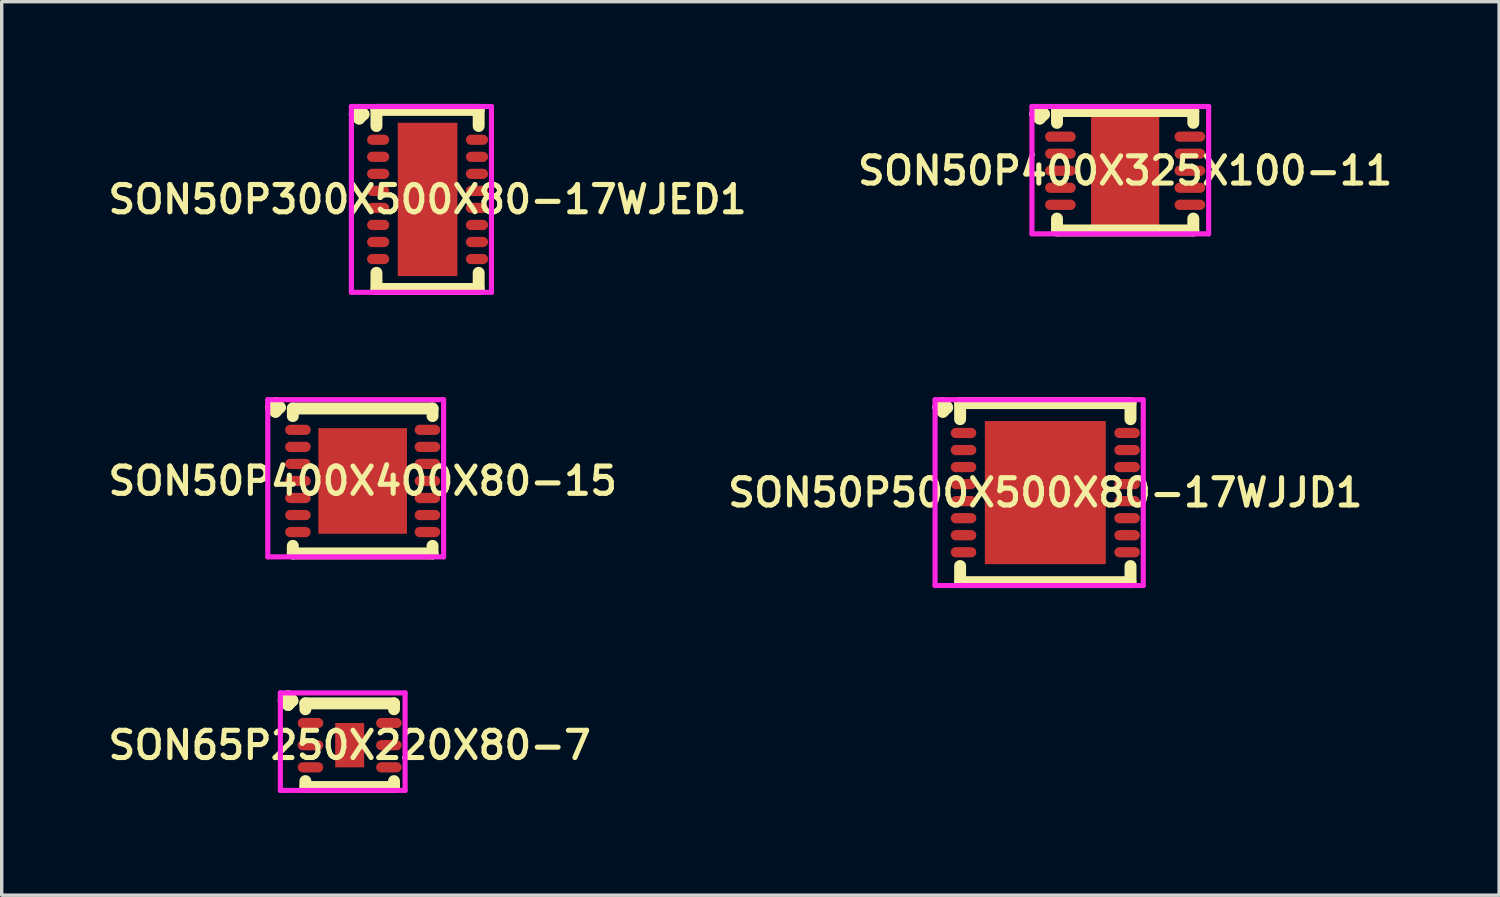
<source format=kicad_pcb>
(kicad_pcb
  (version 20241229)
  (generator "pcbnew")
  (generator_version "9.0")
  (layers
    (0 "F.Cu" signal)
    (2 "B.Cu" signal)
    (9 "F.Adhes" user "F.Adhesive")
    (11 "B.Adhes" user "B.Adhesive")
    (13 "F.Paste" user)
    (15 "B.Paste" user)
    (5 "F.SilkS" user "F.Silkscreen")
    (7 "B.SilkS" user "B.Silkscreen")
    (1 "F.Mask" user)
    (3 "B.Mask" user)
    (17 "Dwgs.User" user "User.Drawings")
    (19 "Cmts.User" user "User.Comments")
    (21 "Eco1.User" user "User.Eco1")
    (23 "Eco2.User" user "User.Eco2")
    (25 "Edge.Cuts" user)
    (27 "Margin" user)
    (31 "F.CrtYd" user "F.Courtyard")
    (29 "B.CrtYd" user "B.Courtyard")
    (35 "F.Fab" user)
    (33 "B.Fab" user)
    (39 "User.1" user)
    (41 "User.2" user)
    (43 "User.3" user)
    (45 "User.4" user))
  (footprint "SON50P400X400X80-15"
    (layer "F.Cu")
    (at 7.593 11.064)
    (property "Reference" "SON50P400X400X80-15" (at 0 0 0) (layer "F.SilkS") (effects (font (size 0.8 0.8) (thickness 0.15))))
    (attr through_hole)
    (fp_line (start -2.685 -2.158) (end -2.558 -2.285) (stroke (width 0.35) (type solid)) (layer "F.SilkS"))
    (fp_line (start -2.558 -2.285) (end -2.431 -2.158) (stroke (width 0.35) (type solid)) (layer "F.SilkS"))
    (fp_line (start -2.558 -2.031) (end -2.685 -2.158) (stroke (width 0.35) (type solid)) (layer "F.SilkS"))
    (fp_line (start -2.431 -2.158) (end -2.558 -2.031) (stroke (width 0.35) (type solid)) (layer "F.SilkS"))
    (fp_line (start -2.05 -2.127) (end 2.05 -2.127) (stroke (width 0.35) (type solid)) (layer "F.SilkS"))
    (fp_line (start -2.05 -1.904) (end -2.05 -2.127) (stroke (width 0.35) (type solid)) (layer "F.SilkS"))
    (fp_line (start -2.05 1.904) (end -2.05 2.127) (stroke (width 0.35) (type solid)) (layer "F.SilkS"))
    (fp_line (start -2.05 2.127) (end 2.05 2.127) (stroke (width 0.35) (type solid)) (layer "F.SilkS"))
    (fp_line (start 2.05 -2.127) (end 2.05 -1.904) (stroke (width 0.35) (type solid)) (layer "F.SilkS"))
    (fp_line (start 2.05 2.127) (end 2.05 1.904) (stroke (width 0.35) (type solid)) (layer "F.SilkS"))
    (fp_line (start -2.785 -2.385) (end 2.375 -2.385) (stroke (width 0.15) (type solid)) (layer "F.CrtYd"))
    (fp_line (start -2.785 2.227) (end -2.785 -2.385) (stroke (width 0.15) (type solid)) (layer "F.CrtYd"))
    (fp_line (start 2.375 -2.385) (end 2.375 2.227) (stroke (width 0.15) (type solid)) (layer "F.CrtYd"))
    (fp_line (start 2.375 2.227) (end -2.785 2.227) (stroke (width 0.15) (type solid)) (layer "F.CrtYd"))
    (pad "1" smd oval (at -1.9 -1.5) (size 0.75 0.3) (layers "F.Cu" "F.Mask" "F.Paste"))
    (pad "2" smd oval (at -1.9 -1) (size 0.75 0.3) (layers "F.Cu" "F.Mask" "F.Paste"))
    (pad "3" smd oval (at -1.9 -0.5) (size 0.75 0.3) (layers "F.Cu" "F.Mask" "F.Paste"))
    (pad "4" smd oval (at -1.9 0) (size 0.75 0.3) (layers "F.Cu" "F.Mask" "F.Paste"))
    (pad "5" smd oval (at -1.9 0.5) (size 0.75 0.3) (layers "F.Cu" "F.Mask" "F.Paste"))
    (pad "6" smd oval (at -1.9 1) (size 0.75 0.3) (layers "F.Cu" "F.Mask" "F.Paste"))
    (pad "7" smd oval (at -1.9 1.5) (size 0.75 0.3) (layers "F.Cu" "F.Mask" "F.Paste"))
    (pad "8" smd oval (at 1.9 1.5) (size 0.75 0.3) (layers "F.Cu" "F.Mask" "F.Paste"))
    (pad "9" smd oval (at 1.9 1) (size 0.75 0.3) (layers "F.Cu" "F.Mask" "F.Paste"))
    (pad "10" smd oval (at 1.9 0.5) (size 0.75 0.3) (layers "F.Cu" "F.Mask" "F.Paste"))
    (pad "11" smd oval (at 1.9 0) (size 0.75 0.3) (layers "F.Cu" "F.Mask" "F.Paste"))
    (pad "12" smd oval (at 1.9 -0.5) (size 0.75 0.3) (layers "F.Cu" "F.Mask" "F.Paste"))
    (pad "13" smd oval (at 1.9 -1) (size 0.75 0.3) (layers "F.Cu" "F.Mask" "F.Paste"))
    (pad "14" smd oval (at 1.9 -1.5) (size 0.75 0.3) (layers "F.Cu" "F.Mask" "F.Paste"))
    (pad "15" smd rect (at 0 0) (size 2.6 3.1) (layers "F.Cu" "F.Mask" "F.Paste")))
  (footprint "SON50P400X325X100-11"
    (layer "F.Cu")
    (at 29.968 1.96)
    (property "Reference" "SON50P400X325X100-11" (at 0 0 0) (layer "F.SilkS") (effects (font (size 0.8 0.8) (thickness 0.15))))
    (attr through_hole)
    (fp_line (start -2.635 -1.658) (end -2.508 -1.785) (stroke (width 0.35) (type solid)) (layer "F.SilkS"))
    (fp_line (start -2.508 -1.785) (end -2.381 -1.658) (stroke (width 0.35) (type solid)) (layer "F.SilkS"))
    (fp_line (start -2.508 -1.531) (end -2.635 -1.658) (stroke (width 0.35) (type solid)) (layer "F.SilkS"))
    (fp_line (start -2.381 -1.658) (end -2.508 -1.531) (stroke (width 0.35) (type solid)) (layer "F.SilkS"))
    (fp_line (start -2 -1.752) (end 2 -1.752) (stroke (width 0.35) (type solid)) (layer "F.SilkS"))
    (fp_line (start -2 -1.404) (end -2 -1.752) (stroke (width 0.35) (type solid)) (layer "F.SilkS"))
    (fp_line (start -2 1.404) (end -2 1.752) (stroke (width 0.35) (type solid)) (layer "F.SilkS"))
    (fp_line (start -2 1.752) (end 2 1.752) (stroke (width 0.35) (type solid)) (layer "F.SilkS"))
    (fp_line (start 2 -1.752) (end 2 -1.404) (stroke (width 0.35) (type solid)) (layer "F.SilkS"))
    (fp_line (start 2 1.752) (end 2 1.404) (stroke (width 0.35) (type solid)) (layer "F.SilkS"))
    (fp_line (start -2.735 -1.885) (end 2.45 -1.885) (stroke (width 0.15) (type solid)) (layer "F.CrtYd"))
    (fp_line (start -2.735 1.852) (end -2.735 -1.885) (stroke (width 0.15) (type solid)) (layer "F.CrtYd"))
    (fp_line (start 2.45 -1.885) (end 2.45 1.852) (stroke (width 0.15) (type solid)) (layer "F.CrtYd"))
    (fp_line (start 2.45 1.852) (end -2.735 1.852) (stroke (width 0.15) (type solid)) (layer "F.CrtYd"))
    (pad "1" smd oval (at -1.9 -1) (size 0.9 0.3) (layers "F.Cu" "F.Mask" "F.Paste"))
    (pad "2" smd oval (at -1.9 -0.5) (size 0.9 0.3) (layers "F.Cu" "F.Mask" "F.Paste"))
    (pad "3" smd oval (at -1.9 0) (size 0.9 0.3) (layers "F.Cu" "F.Mask" "F.Paste"))
    (pad "4" smd oval (at -1.9 0.5) (size 0.9 0.3) (layers "F.Cu" "F.Mask" "F.Paste"))
    (pad "5" smd oval (at -1.9 1) (size 0.9 0.3) (layers "F.Cu" "F.Mask" "F.Paste"))
    (pad "6" smd oval (at 1.9 1) (size 0.9 0.3) (layers "F.Cu" "F.Mask" "F.Paste"))
    (pad "7" smd oval (at 1.9 0.5) (size 0.9 0.3) (layers "F.Cu" "F.Mask" "F.Paste"))
    (pad "8" smd oval (at 1.9 0) (size 0.9 0.3) (layers "F.Cu" "F.Mask" "F.Paste"))
    (pad "9" smd oval (at 1.9 -0.5) (size 0.9 0.3) (layers "F.Cu" "F.Mask" "F.Paste"))
    (pad "10" smd oval (at 1.9 -1) (size 0.9 0.3) (layers "F.Cu" "F.Mask" "F.Paste"))
    (pad "11" smd rect (at 0 0) (size 2 3.25) (layers "F.Cu" "F.Mask" "F.Paste")))
  (footprint "SON50P500X500X80-17WJJD1"
    (layer "F.Cu")
    (at 27.625 11.406)
    (property "Reference" "SON50P500X500X80-17WJJD1" (at 0 0 0) (layer "F.SilkS") (effects (font (size 0.8 0.8) (thickness 0.15))))
    (attr smd)
    (fp_line (start -3.135 -2.5) (end -3.008 -2.627) (stroke (width 0.35) (type solid)) (layer "F.SilkS"))
    (fp_line (start -3.008 -2.627) (end -2.881 -2.5) (stroke (width 0.35) (type solid)) (layer "F.SilkS"))
    (fp_line (start -3.008 -2.373) (end -3.135 -2.5) (stroke (width 0.35) (type solid)) (layer "F.SilkS"))
    (fp_line (start -2.881 -2.5) (end -3.008 -2.373) (stroke (width 0.35) (type solid)) (layer "F.SilkS"))
    (fp_line (start -2.5 -2.627) (end 2.5 -2.627) (stroke (width 0.35) (type solid)) (layer "F.SilkS"))
    (fp_line (start -2.5 -2.154) (end -2.5 -2.627) (stroke (width 0.35) (type solid)) (layer "F.SilkS"))
    (fp_line (start -2.5 2.154) (end -2.5 2.627) (stroke (width 0.35) (type solid)) (layer "F.SilkS"))
    (fp_line (start -2.5 2.627) (end 2.5 2.627) (stroke (width 0.35) (type solid)) (layer "F.SilkS"))
    (fp_line (start 2.5 -2.627) (end 2.5 -2.154) (stroke (width 0.35) (type solid)) (layer "F.SilkS"))
    (fp_line (start 2.5 2.627) (end 2.5 2.154) (stroke (width 0.35) (type solid)) (layer "F.SilkS"))
    (fp_line (start -3.235 -2.727) (end 2.875 -2.727) (stroke (width 0.15) (type solid)) (layer "F.CrtYd"))
    (fp_line (start -3.235 2.727) (end -3.235 -2.727) (stroke (width 0.15) (type solid)) (layer "F.CrtYd"))
    (fp_line (start 2.875 -2.727) (end 2.875 2.727) (stroke (width 0.15) (type solid)) (layer "F.CrtYd"))
    (fp_line (start 2.875 2.727) (end -3.235 2.727) (stroke (width 0.15) (type solid)) (layer "F.CrtYd"))
    (pad "1" smd oval (at -2.4 -1.75) (size 0.75 0.3) (layers "F.Cu" "F.Mask" "F.Paste"))
    (pad "2" smd oval (at -2.4 -1.25) (size 0.75 0.3) (layers "F.Cu" "F.Mask" "F.Paste"))
    (pad "3" smd oval (at -2.4 -0.75) (size 0.75 0.3) (layers "F.Cu" "F.Mask" "F.Paste"))
    (pad "4" smd oval (at -2.4 -0.25) (size 0.75 0.3) (layers "F.Cu" "F.Mask" "F.Paste"))
    (pad "5" smd oval (at -2.4 0.25) (size 0.75 0.3) (layers "F.Cu" "F.Mask" "F.Paste"))
    (pad "6" smd oval (at -2.4 0.75) (size 0.75 0.3) (layers "F.Cu" "F.Mask" "F.Paste"))
    (pad "7" smd oval (at -2.4 1.25) (size 0.75 0.3) (layers "F.Cu" "F.Mask" "F.Paste"))
    (pad "8" smd oval (at -2.4 1.75) (size 0.75 0.3) (layers "F.Cu" "F.Mask" "F.Paste"))
    (pad "9" smd oval (at 2.4 1.75) (size 0.75 0.3) (layers "F.Cu" "F.Mask" "F.Paste"))
    (pad "10" smd oval (at 2.4 1.25) (size 0.75 0.3) (layers "F.Cu" "F.Mask" "F.Paste"))
    (pad "11" smd oval (at 2.4 0.75) (size 0.75 0.3) (layers "F.Cu" "F.Mask" "F.Paste"))
    (pad "12" smd oval (at 2.4 0.25) (size 0.75 0.3) (layers "F.Cu" "F.Mask" "F.Paste"))
    (pad "13" smd oval (at 2.4 -0.25) (size 0.75 0.3) (layers "F.Cu" "F.Mask" "F.Paste"))
    (pad "14" smd oval (at 2.4 -0.75) (size 0.75 0.3) (layers "F.Cu" "F.Mask" "F.Paste"))
    (pad "15" smd oval (at 2.4 -1.25) (size 0.75 0.3) (layers "F.Cu" "F.Mask" "F.Paste"))
    (pad "16" smd oval (at 2.4 -1.75) (size 0.75 0.3) (layers "F.Cu" "F.Mask" "F.Paste"))
    (pad "17" smd rect (at 0 0) (size 3.55 4.2) (layers "F.Cu" "F.Mask" "F.Paste")))
  (footprint "SON65P250X220X80-7"
    (layer "F.Cu")
    (at 7.212 18.818)
    (property "Reference" "SON65P250X220X80-7" (at 0 0 0) (layer "F.SilkS") (effects (font (size 0.8 0.8) (thickness 0.15))))
    (attr through_hole)
    (fp_line (start -1.935 -1.308) (end -1.808 -1.435) (stroke (width 0.35) (type solid)) (layer "F.SilkS"))
    (fp_line (start -1.808 -1.435) (end -1.681 -1.308) (stroke (width 0.35) (type solid)) (layer "F.SilkS"))
    (fp_line (start -1.808 -1.181) (end -1.935 -1.308) (stroke (width 0.35) (type solid)) (layer "F.SilkS"))
    (fp_line (start -1.681 -1.308) (end -1.808 -1.181) (stroke (width 0.35) (type solid)) (layer "F.SilkS"))
    (fp_line (start -1.3 -1.227) (end 1.3 -1.227) (stroke (width 0.35) (type solid)) (layer "F.SilkS"))
    (fp_line (start -1.3 -1.054) (end -1.3 -1.227) (stroke (width 0.35) (type solid)) (layer "F.SilkS"))
    (fp_line (start -1.3 1.054) (end -1.3 1.227) (stroke (width 0.35) (type solid)) (layer "F.SilkS"))
    (fp_line (start -1.3 1.227) (end 1.3 1.227) (stroke (width 0.35) (type solid)) (layer "F.SilkS"))
    (fp_line (start 1.3 -1.227) (end 1.3 -1.054) (stroke (width 0.35) (type solid)) (layer "F.SilkS"))
    (fp_line (start 1.3 1.227) (end 1.3 1.054) (stroke (width 0.35) (type solid)) (layer "F.SilkS"))
    (fp_line (start -2.035 -1.535) (end 1.625 -1.535) (stroke (width 0.15) (type solid)) (layer "F.CrtYd"))
    (fp_line (start -2.035 1.327) (end -2.035 -1.535) (stroke (width 0.15) (type solid)) (layer "F.CrtYd"))
    (fp_line (start 1.625 -1.535) (end 1.625 1.327) (stroke (width 0.15) (type solid)) (layer "F.CrtYd"))
    (fp_line (start 1.625 1.327) (end -2.035 1.327) (stroke (width 0.15) (type solid)) (layer "F.CrtYd"))
    (pad "1" smd oval (at -1.15 -0.65) (size 0.75 0.3) (layers "F.Cu" "F.Mask" "F.Paste"))
    (pad "2" smd oval (at -1.15 0) (size 0.75 0.3) (layers "F.Cu" "F.Mask" "F.Paste"))
    (pad "3" smd oval (at -1.15 0.65) (size 0.75 0.3) (layers "F.Cu" "F.Mask" "F.Paste"))
    (pad "4" smd oval (at 1.15 0.65) (size 0.75 0.3) (layers "F.Cu" "F.Mask" "F.Paste"))
    (pad "5" smd oval (at 1.15 0) (size 0.75 0.3) (layers "F.Cu" "F.Mask" "F.Paste"))
    (pad "6" smd oval (at 1.15 -0.65) (size 0.75 0.3) (layers "F.Cu" "F.Mask" "F.Paste"))
    (pad "7" smd rect (at 0 0) (size 0.85 1.3) (layers "F.Cu" "F.Mask" "F.Paste")))
  (footprint "SON50P300X500X80-17WJED1"
    (layer "F.Cu")
    (at 9.497 2.802)
    (property "Reference" "SON50P300X500X80-17WJED1" (at 0 0 0) (layer "F.SilkS") (effects (font (size 0.8 0.8) (thickness 0.15))))
    (attr through_hole)
    (fp_line (start -2.135 -2.5) (end -2.008 -2.627) (stroke (width 0.35) (type solid)) (layer "F.SilkS"))
    (fp_line (start -2.008 -2.627) (end -1.881 -2.5) (stroke (width 0.35) (type solid)) (layer "F.SilkS"))
    (fp_line (start -2.008 -2.373) (end -2.135 -2.5) (stroke (width 0.35) (type solid)) (layer "F.SilkS"))
    (fp_line (start -1.881 -2.5) (end -2.008 -2.373) (stroke (width 0.35) (type solid)) (layer "F.SilkS"))
    (fp_line (start -1.5 -2.627) (end 1.5 -2.627) (stroke (width 0.35) (type solid)) (layer "F.SilkS"))
    (fp_line (start -1.5 -2.154) (end -1.5 -2.627) (stroke (width 0.35) (type solid)) (layer "F.SilkS"))
    (fp_line (start -1.5 2.154) (end -1.5 2.627) (stroke (width 0.35) (type solid)) (layer "F.SilkS"))
    (fp_line (start -1.5 2.627) (end 1.5 2.627) (stroke (width 0.35) (type solid)) (layer "F.SilkS"))
    (fp_line (start 1.5 -2.627) (end 1.5 -2.154) (stroke (width 0.35) (type solid)) (layer "F.SilkS"))
    (fp_line (start 1.5 2.627) (end 1.5 2.154) (stroke (width 0.35) (type solid)) (layer "F.SilkS"))
    (fp_line (start -2.235 -2.727) (end 1.875 -2.727) (stroke (width 0.15) (type solid)) (layer "F.CrtYd"))
    (fp_line (start -2.235 2.727) (end -2.235 -2.727) (stroke (width 0.15) (type solid)) (layer "F.CrtYd"))
    (fp_line (start 1.875 -2.727) (end 1.875 2.727) (stroke (width 0.15) (type solid)) (layer "F.CrtYd"))
    (fp_line (start 1.875 2.727) (end -2.235 2.727) (stroke (width 0.15) (type solid)) (layer "F.CrtYd"))
    (pad "1" smd oval (at -1.45 -1.75) (size 0.65 0.3) (layers "F.Cu" "F.Mask" "F.Paste"))
    (pad "2" smd oval (at -1.45 -1.25) (size 0.65 0.3) (layers "F.Cu" "F.Mask" "F.Paste"))
    (pad "3" smd oval (at -1.45 -0.75) (size 0.65 0.3) (layers "F.Cu" "F.Mask" "F.Paste"))
    (pad "4" smd oval (at -1.45 -0.25) (size 0.65 0.3) (layers "F.Cu" "F.Mask" "F.Paste"))
    (pad "5" smd oval (at -1.45 0.25) (size 0.65 0.3) (layers "F.Cu" "F.Mask" "F.Paste"))
    (pad "6" smd oval (at -1.45 0.75) (size 0.65 0.3) (layers "F.Cu" "F.Mask" "F.Paste"))
    (pad "7" smd oval (at -1.45 1.25) (size 0.65 0.3) (layers "F.Cu" "F.Mask" "F.Paste"))
    (pad "8" smd oval (at -1.45 1.75) (size 0.65 0.3) (layers "F.Cu" "F.Mask" "F.Paste"))
    (pad "9" smd oval (at 1.45 1.75) (size 0.65 0.3) (layers "F.Cu" "F.Mask" "F.Paste"))
    (pad "10" smd oval (at 1.45 1.25) (size 0.65 0.3) (layers "F.Cu" "F.Mask" "F.Paste"))
    (pad "11" smd oval (at 1.45 0.75) (size 0.65 0.3) (layers "F.Cu" "F.Mask" "F.Paste"))
    (pad "12" smd oval (at 1.45 0.25) (size 0.65 0.3) (layers "F.Cu" "F.Mask" "F.Paste"))
    (pad "13" smd oval (at 1.45 -0.25) (size 0.65 0.3) (layers "F.Cu" "F.Mask" "F.Paste"))
    (pad "14" smd oval (at 1.45 -0.75) (size 0.65 0.3) (layers "F.Cu" "F.Mask" "F.Paste"))
    (pad "15" smd oval (at 1.45 -1.25) (size 0.65 0.3) (layers "F.Cu" "F.Mask" "F.Paste"))
    (pad "16" smd oval (at 1.45 -1.75) (size 0.65 0.3) (layers "F.Cu" "F.Mask" "F.Paste"))
    (pad "17" smd rect (at 0 0) (size 1.75 4.5) (layers "F.Cu" "F.Mask" "F.Paste")))
  (gr_rect
    (start -3 -3)
    (end 40.942 23.22)
    (stroke (width 0.1) (type default))
    (fill no)
    (layer "Edge.Cuts")))
</source>
